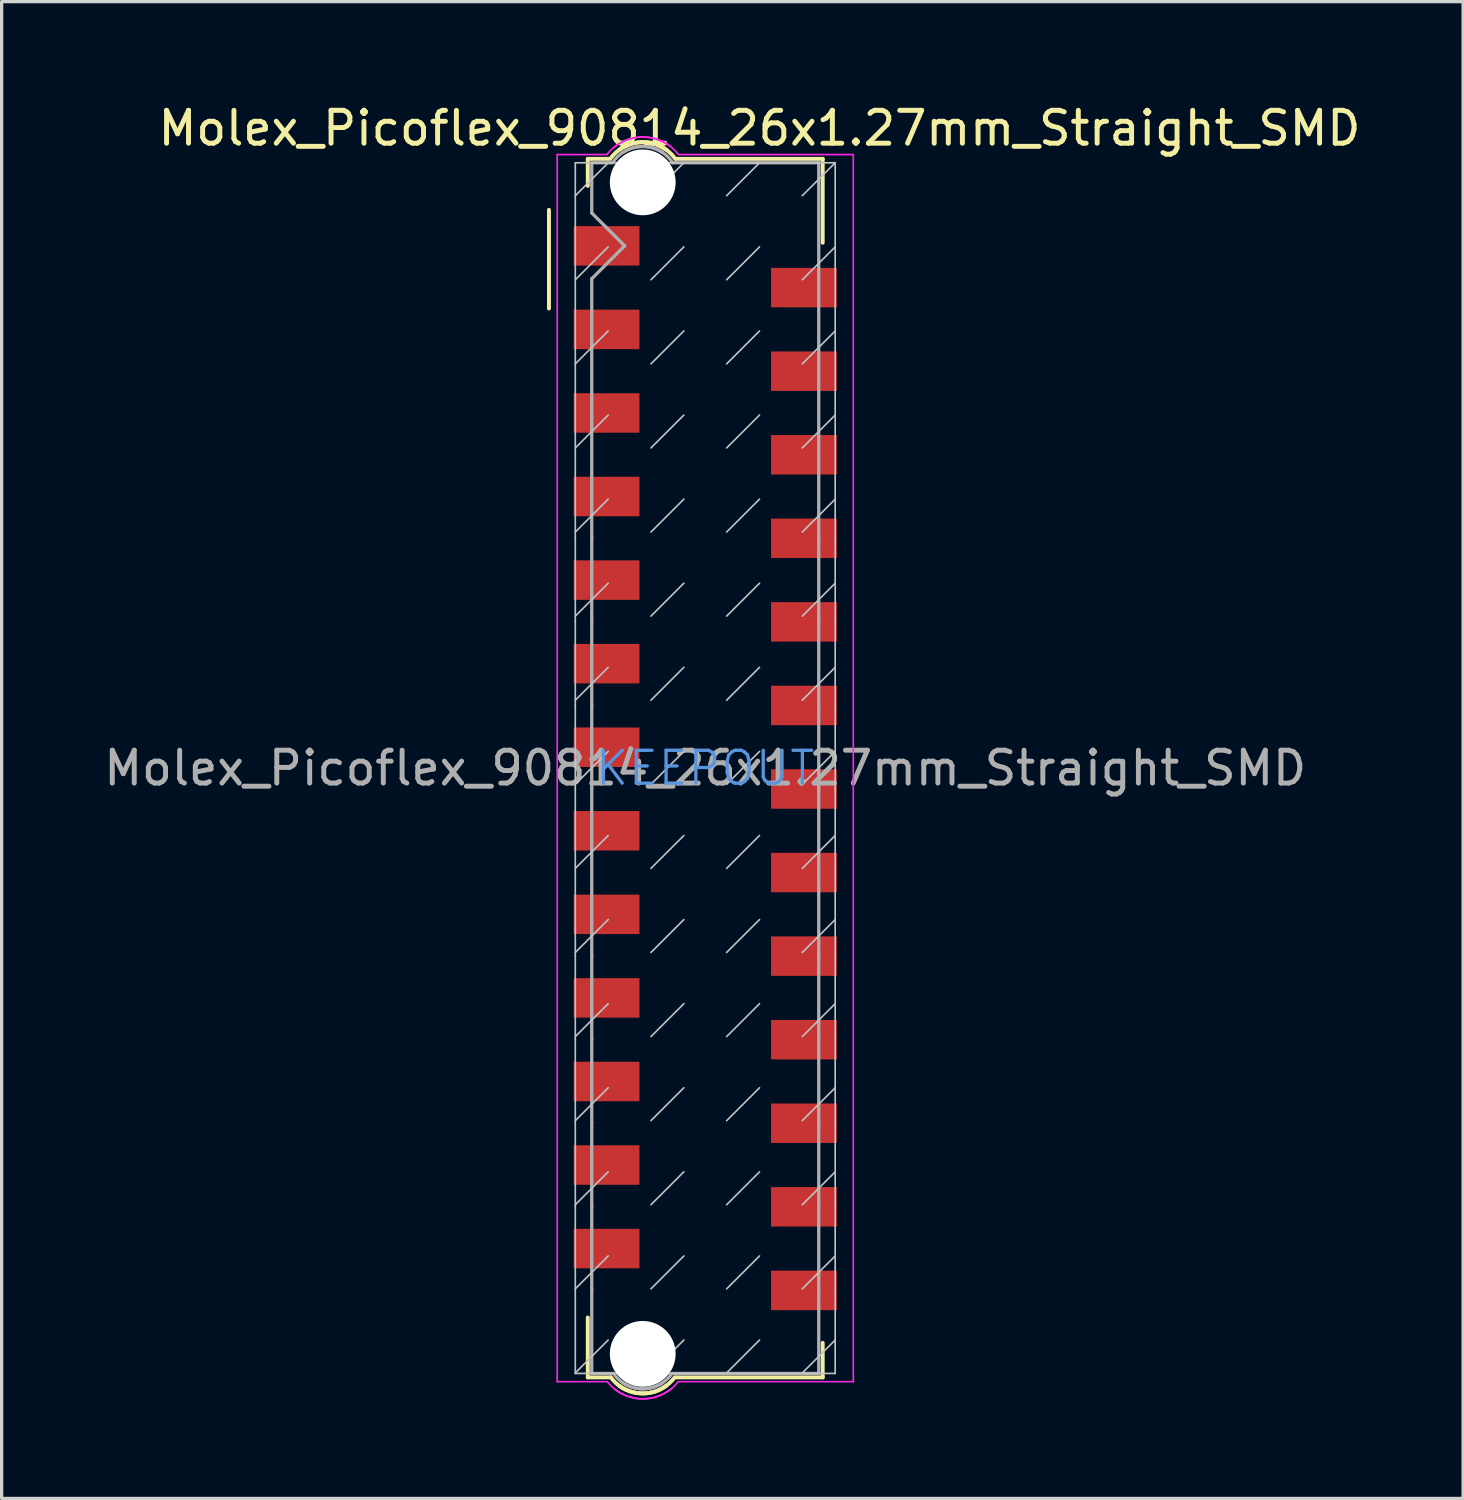
<source format=kicad_pcb>
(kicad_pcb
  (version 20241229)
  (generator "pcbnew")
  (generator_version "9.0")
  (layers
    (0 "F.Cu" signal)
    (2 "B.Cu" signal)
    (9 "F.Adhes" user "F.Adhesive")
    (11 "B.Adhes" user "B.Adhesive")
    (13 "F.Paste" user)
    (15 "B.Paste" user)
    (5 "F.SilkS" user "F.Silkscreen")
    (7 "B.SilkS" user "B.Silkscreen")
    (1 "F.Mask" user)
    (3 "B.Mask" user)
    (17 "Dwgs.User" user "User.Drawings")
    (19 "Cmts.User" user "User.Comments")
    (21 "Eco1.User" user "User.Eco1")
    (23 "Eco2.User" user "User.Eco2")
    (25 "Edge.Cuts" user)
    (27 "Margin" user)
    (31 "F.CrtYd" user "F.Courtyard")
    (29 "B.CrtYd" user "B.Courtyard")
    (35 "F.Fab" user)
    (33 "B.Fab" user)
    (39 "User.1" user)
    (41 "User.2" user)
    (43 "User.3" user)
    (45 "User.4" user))
  (footprint "Molex_Picoflex_90814_26x1.27mm_Straight_SMD"
    (layer "F.Cu")
    (at 18.387 20.298)
    (property "Reference" "Molex_Picoflex_90814_26x1.27mm_Straight_SMD" (at 1.65 -19.45 0) (layer "F.SilkS") (effects (font (size 1 1) (thickness 0.15))))
    (attr smd)
    (fp_line (start -4.75 -16.97) (end -4.75 -13.97) (stroke (width 0.12) (type solid)) (layer "F.SilkS"))
    (fp_line (start -3.57 -18.52) (end -2.89 -18.52) (stroke (width 0.12) (type solid)) (layer "F.SilkS"))
    (fp_line (start -3.57 -17.7) (end -3.57 -18.52) (stroke (width 0.12) (type solid)) (layer "F.SilkS"))
    (fp_line (start -3.57 18.52) (end -3.57 16.7) (stroke (width 0.12) (type solid)) (layer "F.SilkS"))
    (fp_line (start -2.87 18.52) (end -3.57 18.52) (stroke (width 0.12) (type solid)) (layer "F.SilkS"))
    (fp_line (start -0.89 -18.52) (end 3.57 -18.52) (stroke (width 0.12) (type solid)) (layer "F.SilkS"))
    (fp_line (start 3.57 -18.52) (end 3.57 -15.97) (stroke (width 0.12) (type solid)) (layer "F.SilkS"))
    (fp_line (start 3.57 17.47) (end 3.57 18.52) (stroke (width 0.12) (type solid)) (layer "F.SilkS"))
    (fp_line (start 3.57 18.52) (end -0.9 18.52) (stroke (width 0.12) (type solid)) (layer "F.SilkS"))
    (fp_arc (start -2.88 -18.53) (mid -2.083848 -19.012082) (end -1.18 -18.79) (stroke (width 0.12) (type solid)) (layer "F.SilkS"))
    (fp_arc (start -2.61 -18.8) (mid -1.70201 -19.012082) (end -0.91 -18.52) (stroke (width 0.12) (type solid)) (layer "F.SilkS"))
    (fp_arc (start -1.18 18.77) (mid -2.076777 18.99501) (end -2.87 18.52) (stroke (width 0.12) (type solid)) (layer "F.SilkS"))
    (fp_arc (start -0.93 18.52) (mid -1.723223 18.99501) (end -2.62 18.77) (stroke (width 0.12) (type solid)) (layer "F.SilkS"))
    (fp_line (start -3.95 -17.4) (end -2.95 -18.4) (stroke (width 0.05) (type solid)) (layer "Dwgs.User"))
    (fp_line (start -3.95 -14.844) (end -2.95 -15.844) (stroke (width 0.05) (type solid)) (layer "Dwgs.User"))
    (fp_line (start -3.95 -12.288) (end -2.95 -13.288) (stroke (width 0.05) (type solid)) (layer "Dwgs.User"))
    (fp_line (start -3.95 -9.732) (end -2.95 -10.732) (stroke (width 0.05) (type solid)) (layer "Dwgs.User"))
    (fp_line (start -3.95 -7.176) (end -2.95 -8.176) (stroke (width 0.05) (type solid)) (layer "Dwgs.User"))
    (fp_line (start -3.95 -7) (end -3.95 -18.4) (stroke (width 0.05) (type solid)) (layer "Dwgs.User"))
    (fp_line (start -3.95 -4.62) (end -2.95 -5.62) (stroke (width 0.05) (type solid)) (layer "Dwgs.User"))
    (fp_line (start -3.95 -4.46) (end -3.95 -7) (stroke (width 0.05) (type solid)) (layer "Dwgs.User"))
    (fp_line (start -3.95 -2.064) (end -2.95 -3.064) (stroke (width 0.05) (type solid)) (layer "Dwgs.User"))
    (fp_line (start -3.95 -1.92) (end -3.95 -4.46) (stroke (width 0.05) (type solid)) (layer "Dwgs.User"))
    (fp_line (start -3.95 -1.92) (end -3.95 0.62) (stroke (width 0.05) (type solid)) (layer "Dwgs.User"))
    (fp_line (start -3.95 0.492) (end -2.95 -0.508) (stroke (width 0.05) (type solid)) (layer "Dwgs.User"))
    (fp_line (start -3.95 0.62) (end -3.95 3.16) (stroke (width 0.05) (type solid)) (layer "Dwgs.User"))
    (fp_line (start -3.95 3.048) (end -2.95 2.048) (stroke (width 0.05) (type solid)) (layer "Dwgs.User"))
    (fp_line (start -3.95 3.16) (end -3.95 5.7) (stroke (width 0.05) (type solid)) (layer "Dwgs.User"))
    (fp_line (start -3.95 5.604) (end -2.95 4.604) (stroke (width 0.05) (type solid)) (layer "Dwgs.User"))
    (fp_line (start -3.95 8.16) (end -2.95 7.16) (stroke (width 0.05) (type solid)) (layer "Dwgs.User"))
    (fp_line (start -3.95 8.24) (end -3.95 5.7) (stroke (width 0.05) (type solid)) (layer "Dwgs.User"))
    (fp_line (start -3.95 8.24) (end -3.95 10.78) (stroke (width 0.05) (type solid)) (layer "Dwgs.User"))
    (fp_line (start -3.95 10.716) (end -2.95 9.716) (stroke (width 0.05) (type solid)) (layer "Dwgs.User"))
    (fp_line (start -3.95 13.272) (end -2.95 12.272) (stroke (width 0.05) (type solid)) (layer "Dwgs.User"))
    (fp_line (start -3.95 13.32) (end -3.95 10.78) (stroke (width 0.05) (type solid)) (layer "Dwgs.User"))
    (fp_line (start -3.95 15.828) (end -2.95 14.828) (stroke (width 0.05) (type solid)) (layer "Dwgs.User"))
    (fp_line (start -3.95 15.86) (end -3.95 13.32) (stroke (width 0.05) (type solid)) (layer "Dwgs.User"))
    (fp_line (start -3.95 18.384) (end -2.95 17.384) (stroke (width 0.05) (type solid)) (layer "Dwgs.User"))
    (fp_line (start -3.95 18.4) (end -3.95 15.86) (stroke (width 0.05) (type solid)) (layer "Dwgs.User"))
    (fp_line (start -3.95 18.4) (end 3.95 18.4) (stroke (width 0.05) (type solid)) (layer "Dwgs.User"))
    (fp_line (start -1.65 -17.4) (end -0.65 -18.4) (stroke (width 0.05) (type solid)) (layer "Dwgs.User"))
    (fp_line (start -1.65 -14.844) (end -0.65 -15.844) (stroke (width 0.05) (type solid)) (layer "Dwgs.User"))
    (fp_line (start -1.65 -12.288) (end -0.65 -13.288) (stroke (width 0.05) (type solid)) (layer "Dwgs.User"))
    (fp_line (start -1.65 -9.732) (end -0.65 -10.732) (stroke (width 0.05) (type solid)) (layer "Dwgs.User"))
    (fp_line (start -1.65 -7.176) (end -0.65 -8.176) (stroke (width 0.05) (type solid)) (layer "Dwgs.User"))
    (fp_line (start -1.65 -4.62) (end -0.65 -5.62) (stroke (width 0.05) (type solid)) (layer "Dwgs.User"))
    (fp_line (start -1.65 -2.064) (end -0.65 -3.064) (stroke (width 0.05) (type solid)) (layer "Dwgs.User"))
    (fp_line (start -1.65 0.492) (end -0.65 -0.508) (stroke (width 0.05) (type solid)) (layer "Dwgs.User"))
    (fp_line (start -1.65 3.048) (end -0.65 2.048) (stroke (width 0.05) (type solid)) (layer "Dwgs.User"))
    (fp_line (start -1.65 5.604) (end -0.65 4.604) (stroke (width 0.05) (type solid)) (layer "Dwgs.User"))
    (fp_line (start -1.65 8.16) (end -0.65 7.16) (stroke (width 0.05) (type solid)) (layer "Dwgs.User"))
    (fp_line (start -1.65 10.716) (end -0.65 9.716) (stroke (width 0.05) (type solid)) (layer "Dwgs.User"))
    (fp_line (start -1.65 13.272) (end -0.65 12.272) (stroke (width 0.05) (type solid)) (layer "Dwgs.User"))
    (fp_line (start -1.65 15.828) (end -0.65 14.828) (stroke (width 0.05) (type solid)) (layer "Dwgs.User"))
    (fp_line (start -1.65 18.384) (end -0.65 17.384) (stroke (width 0.05) (type solid)) (layer "Dwgs.User"))
    (fp_line (start 0.65 -17.4) (end 1.65 -18.4) (stroke (width 0.05) (type solid)) (layer "Dwgs.User"))
    (fp_line (start 0.65 -14.844) (end 1.65 -15.844) (stroke (width 0.05) (type solid)) (layer "Dwgs.User"))
    (fp_line (start 0.65 -12.288) (end 1.65 -13.288) (stroke (width 0.05) (type solid)) (layer "Dwgs.User"))
    (fp_line (start 0.65 -9.732) (end 1.65 -10.732) (stroke (width 0.05) (type solid)) (layer "Dwgs.User"))
    (fp_line (start 0.65 -7.176) (end 1.65 -8.176) (stroke (width 0.05) (type solid)) (layer "Dwgs.User"))
    (fp_line (start 0.65 -4.62) (end 1.65 -5.62) (stroke (width 0.05) (type solid)) (layer "Dwgs.User"))
    (fp_line (start 0.65 -2.064) (end 1.65 -3.064) (stroke (width 0.05) (type solid)) (layer "Dwgs.User"))
    (fp_line (start 0.65 0.492) (end 1.65 -0.508) (stroke (width 0.05) (type solid)) (layer "Dwgs.User"))
    (fp_line (start 0.65 3.048) (end 1.65 2.048) (stroke (width 0.05) (type solid)) (layer "Dwgs.User"))
    (fp_line (start 0.65 5.604) (end 1.65 4.604) (stroke (width 0.05) (type solid)) (layer "Dwgs.User"))
    (fp_line (start 0.65 8.16) (end 1.65 7.16) (stroke (width 0.05) (type solid)) (layer "Dwgs.User"))
    (fp_line (start 0.65 10.716) (end 1.65 9.716) (stroke (width 0.05) (type solid)) (layer "Dwgs.User"))
    (fp_line (start 0.65 13.272) (end 1.65 12.272) (stroke (width 0.05) (type solid)) (layer "Dwgs.User"))
    (fp_line (start 0.65 15.828) (end 1.65 14.828) (stroke (width 0.05) (type solid)) (layer "Dwgs.User"))
    (fp_line (start 0.65 18.384) (end 1.65 17.384) (stroke (width 0.05) (type solid)) (layer "Dwgs.User"))
    (fp_line (start 2.95 -17.4) (end 3.95 -18.4) (stroke (width 0.05) (type solid)) (layer "Dwgs.User"))
    (fp_line (start 2.95 -14.844) (end 3.95 -15.844) (stroke (width 0.05) (type solid)) (layer "Dwgs.User"))
    (fp_line (start 2.95 -12.288) (end 3.95 -13.288) (stroke (width 0.05) (type solid)) (layer "Dwgs.User"))
    (fp_line (start 2.95 -9.732) (end 3.95 -10.732) (stroke (width 0.05) (type solid)) (layer "Dwgs.User"))
    (fp_line (start 2.95 -7.176) (end 3.95 -8.176) (stroke (width 0.05) (type solid)) (layer "Dwgs.User"))
    (fp_line (start 2.95 -4.62) (end 3.95 -5.62) (stroke (width 0.05) (type solid)) (layer "Dwgs.User"))
    (fp_line (start 2.95 -2.064) (end 3.95 -3.064) (stroke (width 0.05) (type solid)) (layer "Dwgs.User"))
    (fp_line (start 2.95 0.492) (end 3.95 -0.508) (stroke (width 0.05) (type solid)) (layer "Dwgs.User"))
    (fp_line (start 2.95 3.048) (end 3.95 2.048) (stroke (width 0.05) (type solid)) (layer "Dwgs.User"))
    (fp_line (start 2.95 5.604) (end 3.95 4.604) (stroke (width 0.05) (type solid)) (layer "Dwgs.User"))
    (fp_line (start 2.95 8.16) (end 3.95 7.16) (stroke (width 0.05) (type solid)) (layer "Dwgs.User"))
    (fp_line (start 2.95 10.716) (end 3.95 9.716) (stroke (width 0.05) (type solid)) (layer "Dwgs.User"))
    (fp_line (start 2.95 13.272) (end 3.95 12.272) (stroke (width 0.05) (type solid)) (layer "Dwgs.User"))
    (fp_line (start 2.95 15.828) (end 3.95 14.828) (stroke (width 0.05) (type solid)) (layer "Dwgs.User"))
    (fp_line (start 2.95 18.384) (end 3.95 17.384) (stroke (width 0.05) (type solid)) (layer "Dwgs.User"))
    (fp_line (start 3.95 -18.4) (end -3.95 -18.4) (stroke (width 0.05) (type solid)) (layer "Dwgs.User"))
    (fp_line (start 3.95 -18.4) (end 3.95 -7) (stroke (width 0.05) (type solid)) (layer "Dwgs.User"))
    (fp_line (start 3.95 -7) (end 3.95 -4.46) (stroke (width 0.05) (type solid)) (layer "Dwgs.User"))
    (fp_line (start 3.95 -4.46) (end 3.95 -1.92) (stroke (width 0.05) (type solid)) (layer "Dwgs.User"))
    (fp_line (start 3.95 -1.92) (end 3.95 0.62) (stroke (width 0.05) (type solid)) (layer "Dwgs.User"))
    (fp_line (start 3.95 3.16) (end 3.95 0.62) (stroke (width 0.05) (type solid)) (layer "Dwgs.User"))
    (fp_line (start 3.95 3.16) (end 3.95 5.7) (stroke (width 0.05) (type solid)) (layer "Dwgs.User"))
    (fp_line (start 3.95 8.24) (end 3.95 5.7) (stroke (width 0.05) (type solid)) (layer "Dwgs.User"))
    (fp_line (start 3.95 10.78) (end 3.95 8.24) (stroke (width 0.05) (type solid)) (layer "Dwgs.User"))
    (fp_line (start 3.95 10.78) (end 3.95 13.32) (stroke (width 0.05) (type solid)) (layer "Dwgs.User"))
    (fp_line (start 3.95 15.86) (end 3.95 13.32) (stroke (width 0.05) (type solid)) (layer "Dwgs.User"))
    (fp_line (start 3.95 18.4) (end 3.95 15.86) (stroke (width 0.05) (type solid)) (layer "Dwgs.User"))
    (fp_line (start -4.5 -18.65) (end -4.5 18.65) (stroke (width 0.05) (type solid)) (layer "F.CrtYd"))
    (fp_line (start -4.5 18.65) (end -2.97 18.65) (stroke (width 0.05) (type solid)) (layer "F.CrtYd"))
    (fp_line (start -2.99 -18.65) (end -4.5 -18.65) (stroke (width 0.05) (type solid)) (layer "F.CrtYd"))
    (fp_line (start -0.82 -18.65) (end 4.5 -18.65) (stroke (width 0.05) (type solid)) (layer "F.CrtYd"))
    (fp_line (start 4.5 -18.65) (end 4.5 18.65) (stroke (width 0.05) (type solid)) (layer "F.CrtYd"))
    (fp_line (start 4.5 18.65) (end -0.82 18.65) (stroke (width 0.05) (type solid)) (layer "F.CrtYd"))
    (fp_arc (start -2.99 -18.65) (mid -2.076777 -19.174716) (end -1.06 -18.9) (stroke (width 0.05) (type solid)) (layer "F.CrtYd"))
    (fp_arc (start -2.76 -18.88) (mid -1.751508 -19.174716) (end -0.83 -18.67) (stroke (width 0.05) (type solid)) (layer "F.CrtYd"))
    (fp_arc (start -1.04 18.87) (mid -2.048492 19.164716) (end -2.97 18.66) (stroke (width 0.05) (type solid)) (layer "F.CrtYd"))
    (fp_arc (start -0.82 18.65) (mid -1.737365 19.164716) (end -2.75 18.88) (stroke (width 0.05) (type solid)) (layer "F.CrtYd"))
    (fp_line (start -3.45 -18.4) (end -3.45 -16.875) (stroke (width 0.1) (type solid)) (layer "F.Fab"))
    (fp_line (start -3.45 -18.4) (end -2.81 -18.4) (stroke (width 0.1) (type solid)) (layer "F.Fab"))
    (fp_line (start -3.45 -14.875) (end -2.45 -15.875) (stroke (width 0.1) (type solid)) (layer "F.Fab"))
    (fp_line (start -3.45 -7) (end -3.45 -14.875) (stroke (width 0.1) (type solid)) (layer "F.Fab"))
    (fp_line (start -3.45 -7) (end -3.45 -4.46) (stroke (width 0.1) (type solid)) (layer "F.Fab"))
    (fp_line (start -3.45 -4.46) (end -3.45 -1.92) (stroke (width 0.1) (type solid)) (layer "F.Fab"))
    (fp_line (start -3.45 -1.92) (end -3.45 0.62) (stroke (width 0.1) (type solid)) (layer "F.Fab"))
    (fp_line (start -3.45 0.62) (end -3.45 3.16) (stroke (width 0.1) (type solid)) (layer "F.Fab"))
    (fp_line (start -3.45 3.16) (end -3.45 5.7) (stroke (width 0.1) (type solid)) (layer "F.Fab"))
    (fp_line (start -3.45 5.7) (end -3.45 8.24) (stroke (width 0.1) (type solid)) (layer "F.Fab"))
    (fp_line (start -3.45 8.24) (end -3.45 10.78) (stroke (width 0.1) (type solid)) (layer "F.Fab"))
    (fp_line (start -3.45 10.78) (end -3.45 13.32) (stroke (width 0.1) (type solid)) (layer "F.Fab"))
    (fp_line (start -3.45 13.32) (end -3.45 15.86) (stroke (width 0.1) (type solid)) (layer "F.Fab"))
    (fp_line (start -3.45 15.86) (end -3.45 18.4) (stroke (width 0.1) (type solid)) (layer "F.Fab"))
    (fp_line (start -3.45 18.4) (end -2.79 18.4) (stroke (width 0.1) (type solid)) (layer "F.Fab"))
    (fp_line (start -2.45 -15.875) (end -3.45 -16.875) (stroke (width 0.1) (type solid)) (layer "F.Fab"))
    (fp_line (start -1 -18.4) (end 3.45 -18.4) (stroke (width 0.1) (type solid)) (layer "F.Fab"))
    (fp_line (start 3.45 -18.4) (end 3.45 -7) (stroke (width 0.1) (type solid)) (layer "F.Fab"))
    (fp_line (start 3.45 -7) (end 3.45 -4.46) (stroke (width 0.1) (type solid)) (layer "F.Fab"))
    (fp_line (start 3.45 -4.46) (end 3.45 -1.92) (stroke (width 0.1) (type solid)) (layer "F.Fab"))
    (fp_line (start 3.45 -1.92) (end 3.45 0.62) (stroke (width 0.1) (type solid)) (layer "F.Fab"))
    (fp_line (start 3.45 0.62) (end 3.45 3.16) (stroke (width 0.1) (type solid)) (layer "F.Fab"))
    (fp_line (start 3.45 3.16) (end 3.45 5.7) (stroke (width 0.1) (type solid)) (layer "F.Fab"))
    (fp_line (start 3.45 5.7) (end 3.45 8.24) (stroke (width 0.1) (type solid)) (layer "F.Fab"))
    (fp_line (start 3.45 8.24) (end 3.45 10.78) (stroke (width 0.1) (type solid)) (layer "F.Fab"))
    (fp_line (start 3.45 10.78) (end 3.45 13.32) (stroke (width 0.1) (type solid)) (layer "F.Fab"))
    (fp_line (start 3.45 13.32) (end 3.45 15.86) (stroke (width 0.1) (type solid)) (layer "F.Fab"))
    (fp_line (start 3.45 15.86) (end 3.45 18.4) (stroke (width 0.1) (type solid)) (layer "F.Fab"))
    (fp_line (start 3.45 18.4) (end -1 18.4) (stroke (width 0.1) (type solid)) (layer "F.Fab"))
    (fp_arc (start -2.81 -18.41) (mid -2.119203 -18.877731) (end -1.3 -18.72) (stroke (width 0.1) (type solid)) (layer "F.Fab"))
    (fp_arc (start -2.49 -18.72) (mid -1.673726 -18.87066) (end -0.99 -18.4) (stroke (width 0.1) (type solid)) (layer "F.Fab"))
    (fp_arc (start -1.29 18.68) (mid -2.09799 18.85066) (end -2.79 18.4) (stroke (width 0.1) (type solid)) (layer "F.Fab"))
    (fp_arc (start -1.01 18.4) (mid -1.70201 18.85066) (end -2.51 18.68) (stroke (width 0.1) (type solid)) (layer "F.Fab"))
    (fp_text user "KEEPOUT" (at 0 0 0) (layer "Cmts.User") (effects (font (size 1 1) (thickness 0.1))))
    (fp_text user "${REFERENCE}" (at 0 0 0) (layer "F.Fab") (effects (font (size 1 1) (thickness 0.15))))
    (pad "" np_thru_hole circle (at -1.9 -17.805) (size 2 2) (drill 2) (layers "*.Cu" "*.Mask"))
    (pad "" np_thru_hole circle (at -1.9 17.805) (size 2 2) (drill 2) (layers "*.Cu" "*.Mask"))
    (pad "1" smd rect (at -3 -15.875) (size 2 1.2) (layers "F.Cu" "F.Mask" "F.Paste"))
    (pad "2" smd rect (at 3 -14.605) (size 2 1.2) (layers "F.Cu" "F.Mask" "F.Paste"))
    (pad "3" smd rect (at -3 -13.335) (size 2 1.2) (layers "F.Cu" "F.Mask" "F.Paste"))
    (pad "4" smd rect (at 3 -12.065) (size 2 1.2) (layers "F.Cu" "F.Mask" "F.Paste"))
    (pad "5" smd rect (at -3 -10.795) (size 2 1.2) (layers "F.Cu" "F.Mask" "F.Paste"))
    (pad "6" smd rect (at 3 -9.525) (size 2 1.2) (layers "F.Cu" "F.Mask" "F.Paste"))
    (pad "7" smd rect (at -3 -8.255) (size 2 1.2) (layers "F.Cu" "F.Mask" "F.Paste"))
    (pad "8" smd rect (at 3 -6.985) (size 2 1.2) (layers "F.Cu" "F.Mask" "F.Paste"))
    (pad "9" smd rect (at -3 -5.715) (size 2 1.2) (layers "F.Cu" "F.Mask" "F.Paste"))
    (pad "10" smd rect (at 3 -4.445) (size 2 1.2) (layers "F.Cu" "F.Mask" "F.Paste"))
    (pad "11" smd rect (at -3 -3.175) (size 2 1.2) (layers "F.Cu" "F.Mask" "F.Paste"))
    (pad "12" smd rect (at 3 -1.905) (size 2 1.2) (layers "F.Cu" "F.Mask" "F.Paste"))
    (pad "13" smd rect (at -3 -0.635) (size 2 1.2) (layers "F.Cu" "F.Mask" "F.Paste"))
    (pad "14" smd rect (at 3 0.635) (size 2 1.2) (layers "F.Cu" "F.Mask" "F.Paste"))
    (pad "15" smd rect (at -3 1.905) (size 2 1.2) (layers "F.Cu" "F.Mask" "F.Paste"))
    (pad "16" smd rect (at 3 3.175) (size 2 1.2) (layers "F.Cu" "F.Mask" "F.Paste"))
    (pad "17" smd rect (at -3 4.445) (size 2 1.2) (layers "F.Cu" "F.Mask" "F.Paste"))
    (pad "18" smd rect (at 3 5.715) (size 2 1.2) (layers "F.Cu" "F.Mask" "F.Paste"))
    (pad "19" smd rect (at -3 6.985) (size 2 1.2) (layers "F.Cu" "F.Mask" "F.Paste"))
    (pad "20" smd rect (at 3 8.255) (size 2 1.2) (layers "F.Cu" "F.Mask" "F.Paste"))
    (pad "21" smd rect (at -3 9.525) (size 2 1.2) (layers "F.Cu" "F.Mask" "F.Paste"))
    (pad "22" smd rect (at 3 10.795) (size 2 1.2) (layers "F.Cu" "F.Mask" "F.Paste"))
    (pad "23" smd rect (at -3 12.065) (size 2 1.2) (layers "F.Cu" "F.Mask" "F.Paste"))
    (pad "24" smd rect (at 3 13.335) (size 2 1.2) (layers "F.Cu" "F.Mask" "F.Paste"))
    (pad "25" smd rect (at -3 14.605) (size 2 1.2) (layers "F.Cu" "F.Mask" "F.Paste"))
    (pad "26" smd rect (at 3 15.875) (size 2 1.2) (layers "F.Cu" "F.Mask" "F.Paste")))
  (gr_rect
    (start -3 -3)
    (end 41.424 42.498)
    (stroke (width 0.1) (type default))
    (fill no)
    (layer "Edge.Cuts")))
</source>
